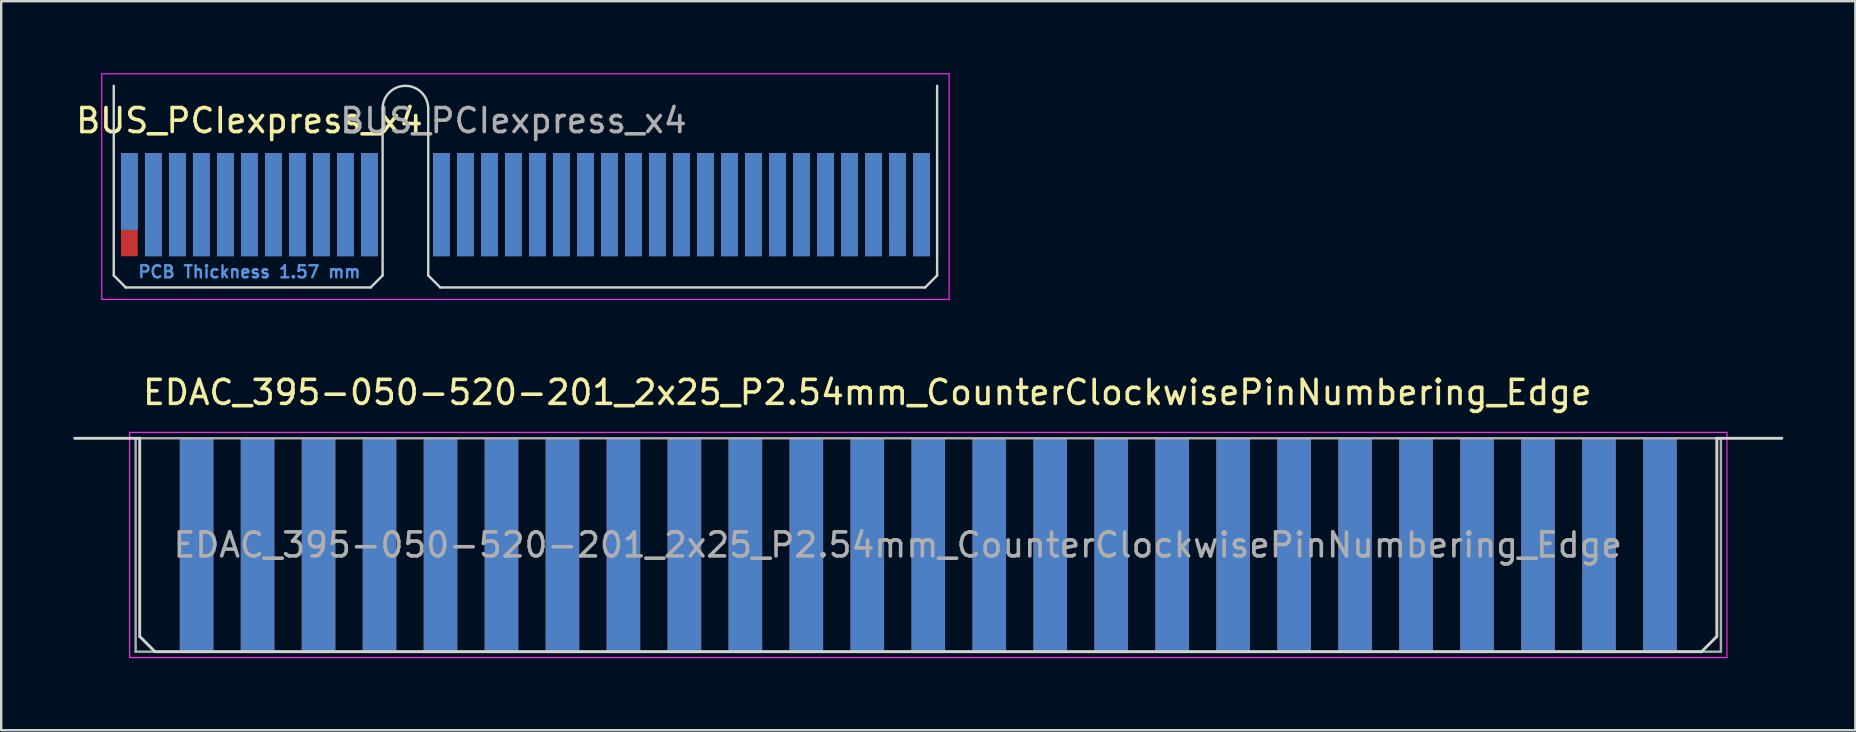
<source format=kicad_pcb>
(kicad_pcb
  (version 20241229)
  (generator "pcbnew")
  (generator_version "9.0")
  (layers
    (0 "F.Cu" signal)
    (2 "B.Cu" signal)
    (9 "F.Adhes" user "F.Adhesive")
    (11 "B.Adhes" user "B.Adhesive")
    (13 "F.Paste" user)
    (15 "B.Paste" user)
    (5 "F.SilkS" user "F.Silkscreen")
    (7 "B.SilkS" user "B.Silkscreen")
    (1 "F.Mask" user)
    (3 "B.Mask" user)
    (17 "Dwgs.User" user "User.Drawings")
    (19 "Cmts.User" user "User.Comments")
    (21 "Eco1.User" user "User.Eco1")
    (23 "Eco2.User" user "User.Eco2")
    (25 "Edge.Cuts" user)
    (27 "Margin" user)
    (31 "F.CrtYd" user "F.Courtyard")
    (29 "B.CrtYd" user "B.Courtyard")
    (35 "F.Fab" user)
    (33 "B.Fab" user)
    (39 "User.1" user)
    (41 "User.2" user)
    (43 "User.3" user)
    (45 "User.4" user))
  (footprint "BUS_PCIexpress_x4"
    (layer "F.Cu")
    (at 2.339 5.475)
    (property "Reference" "BUS_PCIexpress_x4" (at 5 -3.5 0) (layer "F.SilkS") (effects (font (size 1 1) (thickness 0.15))))
    (attr exclude_from_pos_files exclude_from_bom)
    (fp_line (start -0.65 -4.95) (end -0.65 2.95) (stroke (width 0.1) (type solid)) (layer "Edge.Cuts"))
    (fp_line (start -0.65 2.95) (end -0.15 3.45) (stroke (width 0.1) (type solid)) (layer "Edge.Cuts"))
    (fp_line (start -0.15 3.45) (end 10.05 3.45) (stroke (width 0.1) (type solid)) (layer "Edge.Cuts"))
    (fp_line (start 10.55 -4) (end 10.55 2.95) (stroke (width 0.1) (type solid)) (layer "Edge.Cuts"))
    (fp_line (start 10.55 2.95) (end 10.05 3.45) (stroke (width 0.1) (type solid)) (layer "Edge.Cuts"))
    (fp_line (start 12.45 -4) (end 12.45 2.95) (stroke (width 0.1) (type solid)) (layer "Edge.Cuts"))
    (fp_line (start 12.45 2.95) (end 12.95 3.45) (stroke (width 0.1) (type solid)) (layer "Edge.Cuts"))
    (fp_line (start 12.95 3.45) (end 33.15 3.45) (stroke (width 0.1) (type solid)) (layer "Edge.Cuts"))
    (fp_line (start 33.65 -4.95) (end 33.65 2.95) (stroke (width 0.1) (type solid)) (layer "Edge.Cuts"))
    (fp_line (start 33.65 2.95) (end 33.15 3.45) (stroke (width 0.1) (type solid)) (layer "Edge.Cuts"))
    (fp_arc (start 10.55 -4) (mid 11.5 -4.95) (end 12.45 -4) (stroke (width 0.1) (type solid)) (layer "Edge.Cuts"))
    (fp_line (start -1.15 -5.45) (end -1.15 3.95) (stroke (width 0.05) (type solid)) (layer "F.CrtYd"))
    (fp_line (start -1.15 -5.45) (end 34.15 -5.45) (stroke (width 0.05) (type solid)) (layer "F.CrtYd"))
    (fp_line (start 34.15 3.95) (end -1.15 3.95) (stroke (width 0.05) (type solid)) (layer "F.CrtYd"))
    (fp_line (start 34.15 3.95) (end 34.15 -5.45) (stroke (width 0.05) (type solid)) (layer "F.CrtYd"))
    (fp_text user "PCB Thickness 1.57 mm" (at 5 2.8 180) (layer "Cmts.User") (effects (font (size 0.5 0.5) (thickness 0.1))))
    (fp_text user "${REFERENCE}" (at 16 -3.5 0) (layer "F.Fab") (effects (font (size 1 1) (thickness 0.15))))
    (pad "A1" connect rect (at 0 -0.55) (size 0.7 3.2) (layers "B.Cu" "B.Mask"))
    (pad "A2" connect rect (at 1 0) (size 0.7 4.3) (layers "B.Cu" "B.Mask"))
    (pad "A3" connect rect (at 2 0) (size 0.7 4.3) (layers "B.Cu" "B.Mask"))
    (pad "A4" connect rect (at 3 0) (size 0.7 4.3) (layers "B.Cu" "B.Mask"))
    (pad "A5" connect rect (at 4 0) (size 0.7 4.3) (layers "B.Cu" "B.Mask"))
    (pad "A6" connect rect (at 5 0) (size 0.7 4.3) (layers "B.Cu" "B.Mask"))
    (pad "A7" connect rect (at 6 0) (size 0.7 4.3) (layers "B.Cu" "B.Mask"))
    (pad "A8" connect rect (at 7 0) (size 0.7 4.3) (layers "B.Cu" "B.Mask"))
    (pad "A9" connect rect (at 8 0) (size 0.7 4.3) (layers "B.Cu" "B.Mask"))
    (pad "A10" connect rect (at 9 0) (size 0.7 4.3) (layers "B.Cu" "B.Mask"))
    (pad "A11" connect rect (at 10 0) (size 0.7 4.3) (layers "B.Cu" "B.Mask"))
    (pad "A12" connect rect (at 13 0) (size 0.7 4.3) (layers "B.Cu" "B.Mask"))
    (pad "A13" connect rect (at 14 0) (size 0.7 4.3) (layers "B.Cu" "B.Mask"))
    (pad "A14" connect rect (at 15 0) (size 0.7 4.3) (layers "B.Cu" "B.Mask"))
    (pad "A15" connect rect (at 16 0) (size 0.7 4.3) (layers "B.Cu" "B.Mask"))
    (pad "A16" connect rect (at 17 0) (size 0.7 4.3) (layers "B.Cu" "B.Mask"))
    (pad "A17" connect rect (at 18 0) (size 0.7 4.3) (layers "B.Cu" "B.Mask"))
    (pad "A18" connect rect (at 19 0) (size 0.7 4.3) (layers "B.Cu" "B.Mask"))
    (pad "A19" connect rect (at 20 0) (size 0.7 4.3) (layers "B.Cu" "B.Mask"))
    (pad "A20" connect rect (at 21 0) (size 0.7 4.3) (layers "B.Cu" "B.Mask"))
    (pad "A21" connect rect (at 22 0) (size 0.7 4.3) (layers "B.Cu" "B.Mask"))
    (pad "A22" connect rect (at 23 0) (size 0.7 4.3) (layers "B.Cu" "B.Mask"))
    (pad "A23" connect rect (at 24 0) (size 0.7 4.3) (layers "B.Cu" "B.Mask"))
    (pad "A24" connect rect (at 25 0) (size 0.7 4.3) (layers "B.Cu" "B.Mask"))
    (pad "A25" connect rect (at 26 0) (size 0.7 4.3) (layers "B.Cu" "B.Mask"))
    (pad "A26" connect rect (at 27 0) (size 0.7 4.3) (layers "B.Cu" "B.Mask"))
    (pad "A27" connect rect (at 28 0) (size 0.7 4.3) (layers "B.Cu" "B.Mask"))
    (pad "A28" connect rect (at 29 0) (size 0.7 4.3) (layers "B.Cu" "B.Mask"))
    (pad "A29" connect rect (at 30 0) (size 0.7 4.3) (layers "B.Cu" "B.Mask"))
    (pad "A30" connect rect (at 31 0) (size 0.7 4.3) (layers "B.Cu" "B.Mask"))
    (pad "A31" connect rect (at 32 0) (size 0.7 4.3) (layers "B.Cu" "B.Mask"))
    (pad "A32" connect rect (at 33 0) (size 0.7 4.3) (layers "B.Cu" "B.Mask"))
    (pad "B1" connect rect (at 0 0) (size 0.7 4.3) (layers "F.Cu" "F.Mask"))
    (pad "B2" connect rect (at 1 0) (size 0.7 4.3) (layers "F.Cu" "F.Mask"))
    (pad "B3" connect rect (at 2 0) (size 0.7 4.3) (layers "F.Cu" "F.Mask"))
    (pad "B4" connect rect (at 3 0) (size 0.7 4.3) (layers "F.Cu" "F.Mask"))
    (pad "B5" connect rect (at 4 0) (size 0.7 4.3) (layers "F.Cu" "F.Mask"))
    (pad "B6" connect rect (at 5 0) (size 0.7 4.3) (layers "F.Cu" "F.Mask"))
    (pad "B7" connect rect (at 6 0) (size 0.7 4.3) (layers "F.Cu" "F.Mask"))
    (pad "B8" connect rect (at 7 0) (size 0.7 4.3) (layers "F.Cu" "F.Mask"))
    (pad "B9" connect rect (at 8 0) (size 0.7 4.3) (layers "F.Cu" "F.Mask"))
    (pad "B10" connect rect (at 9 0) (size 0.7 4.3) (layers "F.Cu" "F.Mask"))
    (pad "B11" connect rect (at 10 0) (size 0.7 4.3) (layers "F.Cu" "F.Mask"))
    (pad "B12" connect rect (at 13 0) (size 0.7 4.3) (layers "F.Cu" "F.Mask"))
    (pad "B13" connect rect (at 14 0) (size 0.7 4.3) (layers "F.Cu" "F.Mask"))
    (pad "B14" connect rect (at 15 0) (size 0.7 4.3) (layers "F.Cu" "F.Mask"))
    (pad "B15" connect rect (at 16 0) (size 0.7 4.3) (layers "F.Cu" "F.Mask"))
    (pad "B16" connect rect (at 17 0) (size 0.7 4.3) (layers "F.Cu" "F.Mask"))
    (pad "B17" connect rect (at 18 0) (size 0.7 4.3) (layers "F.Cu" "F.Mask"))
    (pad "B18" connect rect (at 19 0) (size 0.7 4.3) (layers "F.Cu" "F.Mask"))
    (pad "B19" connect rect (at 20 0) (size 0.7 4.3) (layers "F.Cu" "F.Mask"))
    (pad "B20" connect rect (at 21 0) (size 0.7 4.3) (layers "F.Cu" "F.Mask"))
    (pad "B21" connect rect (at 22 0) (size 0.7 4.3) (layers "F.Cu" "F.Mask"))
    (pad "B22" connect rect (at 23 0) (size 0.7 4.3) (layers "F.Cu" "F.Mask"))
    (pad "B23" connect rect (at 24 0) (size 0.7 4.3) (layers "F.Cu" "F.Mask"))
    (pad "B24" connect rect (at 25 0) (size 0.7 4.3) (layers "F.Cu" "F.Mask"))
    (pad "B25" connect rect (at 26 0) (size 0.7 4.3) (layers "F.Cu" "F.Mask"))
    (pad "B26" connect rect (at 27 0) (size 0.7 4.3) (layers "F.Cu" "F.Mask"))
    (pad "B27" connect rect (at 28 0) (size 0.7 4.3) (layers "F.Cu" "F.Mask"))
    (pad "B28" connect rect (at 29 0) (size 0.7 4.3) (layers "F.Cu" "F.Mask"))
    (pad "B29" connect rect (at 30 0) (size 0.7 4.3) (layers "F.Cu" "F.Mask"))
    (pad "B30" connect rect (at 31 0) (size 0.7 4.3) (layers "F.Cu" "F.Mask"))
    (pad "B31" connect rect (at 32 -0.55) (size 0.7 3.2) (layers "F.Cu" "F.Mask"))
    (pad "B32" connect rect (at 33 0) (size 0.7 4.3) (layers "F.Cu" "F.Mask")))
  (footprint "EDAC_395-050-520-201_2x25_P2.54mm_CounterClockwisePinNumbering_Edge"
    (layer "F.Cu")
    (at 5.14 19.653)
    (property "Reference" "EDAC_395-050-520-201_2x25_P2.54mm_CounterClockwisePinNumbering_Edge" (at 27.94 -6.355 0) (layer "F.SilkS") (effects (font (size 1 1) (thickness 0.15))))
    (attr exclude_from_pos_files exclude_from_bom)
    (fp_rect (start -2.54 -4.445) (end 63.5 4.445) (stroke (width 0.12) (type solid)) (fill yes) (layer "F.Mask"))
    (fp_rect (start -2.54 -4.445) (end 63.5 4.445) (stroke (width 0.12) (type solid)) (fill yes) (layer "B.Mask"))
    (fp_line (start -5.08 -4.445) (end -2.37 -4.445) (stroke (width 0.12) (type solid)) (layer "Edge.Cuts"))
    (fp_line (start -2.37 -4.445) (end -2.37 3.81) (stroke (width 0.12) (type solid)) (layer "Edge.Cuts"))
    (fp_line (start -2.37 3.81) (end -1.735 4.445) (stroke (width 0.12) (type solid)) (layer "Edge.Cuts"))
    (fp_line (start -1.735 4.445) (end 62.695 4.445) (stroke (width 0.12) (type solid)) (layer "Edge.Cuts"))
    (fp_line (start 62.695 4.445) (end 63.33 3.81) (stroke (width 0.12) (type solid)) (layer "Edge.Cuts"))
    (fp_line (start 63.33 -4.445) (end 66.04 -4.445) (stroke (width 0.12) (type solid)) (layer "Edge.Cuts"))
    (fp_line (start 63.33 3.81) (end 63.33 -4.445) (stroke (width 0.12) (type solid)) (layer "Edge.Cuts"))
    (fp_line (start -2.79 -4.69) (end -2.79 4.69) (stroke (width 0.05) (type solid)) (layer "F.CrtYd"))
    (fp_line (start -2.79 -4.69) (end 63.75 -4.69) (stroke (width 0.05) (type solid)) (layer "F.CrtYd"))
    (fp_line (start 63.75 4.69) (end -2.79 4.69) (stroke (width 0.05) (type solid)) (layer "F.CrtYd"))
    (fp_line (start 63.75 4.69) (end 63.75 -4.69) (stroke (width 0.05) (type solid)) (layer "F.CrtYd"))
    (fp_line (start -2.54 -4.445) (end 63.5 -4.445) (stroke (width 0.1) (type solid)) (layer "F.Fab"))
    (fp_line (start -2.54 4.445) (end -2.54 -4.445) (stroke (width 0.1) (type solid)) (layer "F.Fab"))
    (fp_line (start 63.5 -4.445) (end 63.5 4.445) (stroke (width 0.1) (type solid)) (layer "F.Fab"))
    (fp_line (start 63.5 4.445) (end -2.54 4.445) (stroke (width 0.1) (type solid)) (layer "F.Fab"))
    (fp_text user "${REFERENCE}" (at 29.21 0 0) (layer "F.Fab") (effects (font (size 1 1) (thickness 0.15))))
    (pad "1" connect rect (at 0 0) (size 1.4 8.89) (layers "F.Cu" "F.Mask"))
    (pad "2" connect rect (at 2.54 0) (size 1.4 8.89) (layers "F.Cu" "F.Mask"))
    (pad "3" connect rect (at 5.08 0) (size 1.4 8.89) (layers "F.Cu" "F.Mask"))
    (pad "4" connect rect (at 7.62 0) (size 1.4 8.89) (layers "F.Cu" "F.Mask"))
    (pad "5" connect rect (at 10.16 0) (size 1.4 8.89) (layers "F.Cu" "F.Mask"))
    (pad "6" connect rect (at 12.7 0) (size 1.4 8.89) (layers "F.Cu" "F.Mask"))
    (pad "7" connect rect (at 15.24 0) (size 1.4 8.89) (layers "F.Cu" "F.Mask"))
    (pad "8" connect rect (at 17.78 0) (size 1.4 8.89) (layers "F.Cu" "F.Mask"))
    (pad "9" connect rect (at 20.32 0) (size 1.4 8.89) (layers "F.Cu" "F.Mask"))
    (pad "10" connect rect (at 22.86 0) (size 1.4 8.89) (layers "F.Cu" "F.Mask"))
    (pad "11" connect rect (at 25.4 0) (size 1.4 8.89) (layers "F.Cu" "F.Mask"))
    (pad "12" connect rect (at 27.94 0) (size 1.4 8.89) (layers "F.Cu" "F.Mask"))
    (pad "13" connect rect (at 30.48 0) (size 1.4 8.89) (layers "F.Cu" "F.Mask"))
    (pad "14" connect rect (at 33.02 0) (size 1.4 8.89) (layers "F.Cu" "F.Mask"))
    (pad "15" connect rect (at 35.56 0) (size 1.4 8.89) (layers "F.Cu" "F.Mask"))
    (pad "16" connect rect (at 38.1 0) (size 1.4 8.89) (layers "F.Cu" "F.Mask"))
    (pad "17" connect rect (at 40.64 0) (size 1.4 8.89) (layers "F.Cu" "F.Mask"))
    (pad "18" connect rect (at 43.18 0) (size 1.4 8.89) (layers "F.Cu" "F.Mask"))
    (pad "19" connect rect (at 45.72 0) (size 1.4 8.89) (layers "F.Cu" "F.Mask"))
    (pad "20" connect rect (at 48.26 0) (size 1.4 8.89) (layers "F.Cu" "F.Mask"))
    (pad "21" connect rect (at 50.8 0) (size 1.4 8.89) (layers "F.Cu" "F.Mask"))
    (pad "22" connect rect (at 53.34 0) (size 1.4 8.89) (layers "F.Cu" "F.Mask"))
    (pad "23" connect rect (at 55.88 0) (size 1.4 8.89) (layers "F.Cu" "F.Mask"))
    (pad "24" connect rect (at 58.42 0) (size 1.4 8.89) (layers "F.Cu" "F.Mask"))
    (pad "25" connect rect (at 60.96 0) (size 1.4 8.89) (layers "F.Cu" "F.Mask"))
    (pad "26" connect rect (at 60.96 0) (size 1.4 8.89) (layers "B.Cu" "B.Mask"))
    (pad "27" connect rect (at 58.42 0) (size 1.4 8.89) (layers "B.Cu" "B.Mask"))
    (pad "28" connect rect (at 55.88 0) (size 1.4 8.89) (layers "B.Cu" "B.Mask"))
    (pad "29" connect rect (at 53.34 0) (size 1.4 8.89) (layers "B.Cu" "B.Mask"))
    (pad "30" connect rect (at 50.8 0) (size 1.4 8.89) (layers "B.Cu" "B.Mask"))
    (pad "31" connect rect (at 48.26 0) (size 1.4 8.89) (layers "B.Cu" "B.Mask"))
    (pad "32" connect rect (at 45.72 0) (size 1.4 8.89) (layers "B.Cu" "B.Mask"))
    (pad "33" connect rect (at 43.18 0) (size 1.4 8.89) (layers "B.Cu" "B.Mask"))
    (pad "34" connect rect (at 40.64 0) (size 1.4 8.89) (layers "B.Cu" "B.Mask"))
    (pad "35" connect rect (at 38.1 0) (size 1.4 8.89) (layers "B.Cu" "B.Mask"))
    (pad "36" connect rect (at 35.56 0) (size 1.4 8.89) (layers "B.Cu" "B.Mask"))
    (pad "37" connect rect (at 33.02 0) (size 1.4 8.89) (layers "B.Cu" "B.Mask"))
    (pad "38" connect rect (at 30.48 0) (size 1.4 8.89) (layers "B.Cu" "B.Mask"))
    (pad "39" connect rect (at 27.94 0) (size 1.4 8.89) (layers "B.Cu" "B.Mask"))
    (pad "40" connect rect (at 25.4 0) (size 1.4 8.89) (layers "B.Cu" "B.Mask"))
    (pad "41" connect rect (at 22.86 0) (size 1.4 8.89) (layers "B.Cu" "B.Mask"))
    (pad "42" connect rect (at 20.32 0) (size 1.4 8.89) (layers "B.Cu" "B.Mask"))
    (pad "43" connect rect (at 17.78 0) (size 1.4 8.89) (layers "B.Cu" "B.Mask"))
    (pad "44" connect rect (at 15.24 0) (size 1.4 8.89) (layers "B.Cu" "B.Mask"))
    (pad "45" connect rect (at 12.7 0) (size 1.4 8.89) (layers "B.Cu" "B.Mask"))
    (pad "46" connect rect (at 10.16 0) (size 1.4 8.89) (layers "B.Cu" "B.Mask"))
    (pad "47" connect rect (at 7.62 0) (size 1.4 8.89) (layers "B.Cu" "B.Mask"))
    (pad "48" connect rect (at 5.08 0) (size 1.4 8.89) (layers "B.Cu" "B.Mask"))
    (pad "49" connect rect (at 2.54 0) (size 1.4 8.89) (layers "B.Cu" "B.Mask"))
    (pad "50" connect rect (at 0 0) (size 1.4 8.89) (layers "B.Cu" "B.Mask")))
  (gr_rect
    (start -3 -3)
    (end 74.24 27.368)
    (stroke (width 0.1) (type default))
    (fill no)
    (layer "Edge.Cuts")))
</source>
